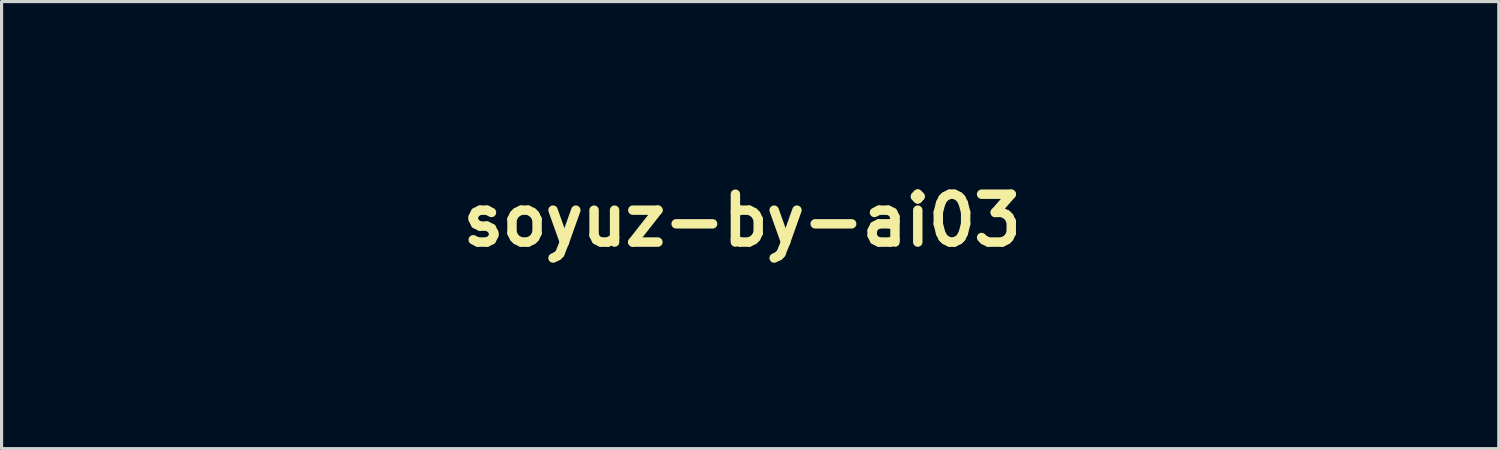
<source format=kicad_pcb>
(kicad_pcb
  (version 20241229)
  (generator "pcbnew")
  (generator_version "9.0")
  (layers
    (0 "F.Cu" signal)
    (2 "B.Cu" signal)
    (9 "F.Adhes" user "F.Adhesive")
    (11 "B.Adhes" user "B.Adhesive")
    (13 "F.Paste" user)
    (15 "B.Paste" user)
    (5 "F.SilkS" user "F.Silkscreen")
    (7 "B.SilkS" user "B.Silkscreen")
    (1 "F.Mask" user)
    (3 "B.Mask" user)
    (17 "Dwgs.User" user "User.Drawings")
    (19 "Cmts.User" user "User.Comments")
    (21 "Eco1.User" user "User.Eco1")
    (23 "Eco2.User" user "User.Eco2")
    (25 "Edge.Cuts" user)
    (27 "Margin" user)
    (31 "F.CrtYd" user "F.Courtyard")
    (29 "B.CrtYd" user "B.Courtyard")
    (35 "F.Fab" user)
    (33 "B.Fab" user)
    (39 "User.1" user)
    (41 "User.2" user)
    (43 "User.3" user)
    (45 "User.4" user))
  (footprint "soyuz-by-ai03"
    (layer "F.Cu")
    (at 20.579 3.967)
    (property "Reference" "soyuz-by-ai03" (at 0 0 0) (layer "F.SilkS") (effects (font (size 1.524 1.524) (thickness 0.3))))
    (attr through_hole)
    (fp_poly (pts (xy 14.841 -1.662) (xy 14.915 -1.559) (xy 14.919 -1.419) (xy 14.866 -1.299) (xy 14.762 -1.19) (xy 14.658 -1.181) (xy 14.583 -1.241) (xy 14.547 -1.337) (xy 14.537 -1.48) (xy 14.538 -1.508) (xy 14.556 -1.635) (xy 14.6 -1.689) (xy 14.694 -1.702) (xy 14.705 -1.702) (xy 14.841 -1.662)) (stroke (width 0.01) (type solid)) (fill yes) (layer "F.Mask"))
    (fp_poly (pts (xy 14.811 -0.593) (xy 14.858 -0.544) (xy 14.892 -0.449) (xy 14.914 -0.295) (xy 14.927 -0.072) (xy 14.934 0.23) (xy 14.935 0.622) (xy 14.935 0.648) (xy 14.933 1.019) (xy 14.926 1.335) (xy 14.914 1.584) (xy 14.9 1.754) (xy 14.883 1.832) (xy 14.799 1.904) (xy 14.679 1.932) (xy 14.575 1.907) (xy 14.563 1.897) (xy 14.553 1.838) (xy 14.545 1.693) (xy 14.538 1.475) (xy 14.532 1.198) (xy 14.529 0.878) (xy 14.529 0.653) (xy 14.529 -0.557) (xy 14.664 -0.591) (xy 14.746 -0.605) (xy 14.811 -0.593)) (stroke (width 0.01) (type solid)) (fill yes) (layer "F.Mask"))
    (fp_poly (pts (xy -16.51 -1.219) (xy -17.882 -1.219) (xy -17.882 -2.591) (xy -18.39 -2.591) (xy -18.603 -2.588) (xy -18.772 -2.579) (xy -18.876 -2.566) (xy -18.898 -2.556) (xy -18.877 -2.505) (xy -18.819 -2.369) (xy -18.726 -2.157) (xy -18.602 -1.878) (xy -18.451 -1.538) (xy -18.277 -1.148) (xy -18.083 -0.714) (xy -17.873 -0.245) (xy -17.678 0.187) (xy -16.459 2.896) (xy -16.459 4.216) (xy -20.574 4.216) (xy -20.574 1.473) (xy -19.202 1.473) (xy -19.202 2.845) (xy -18.088 2.845) (xy -18.182 2.629) (xy -18.221 2.542) (xy -18.298 2.373) (xy -18.409 2.13) (xy -18.549 1.822) (xy -18.714 1.46) (xy -18.901 1.053) (xy -19.104 0.609) (xy -19.319 0.139) (xy -19.425 -0.091) (xy -20.574 -2.596) (xy -20.574 -3.962) (xy -16.51 -3.962) (xy -16.51 -1.219)) (stroke (width 0.01) (type solid)) (fill yes) (layer "F.Mask"))
    (fp_poly (pts (xy 2.032 -2.606) (xy 0.833 -0.071) (xy 0.606 0.408) (xy 0.391 0.864) (xy 0.191 1.287) (xy 0.012 1.668) (xy -0.144 1.998) (xy -0.271 2.269) (xy -0.366 2.472) (xy -0.423 2.596) (xy -0.438 2.629) (xy -0.509 2.794) (xy 0.66 2.794) (xy 0.66 1.473) (xy 2.034 1.473) (xy 2.02 2.832) (xy 2.007 4.191) (xy -2.083 4.218) (xy -2.083 2.844) (xy -0.813 0.152) (xy -0.582 -0.336) (xy -0.366 -0.797) (xy -0.166 -1.222) (xy 0.013 -1.604) (xy 0.166 -1.933) (xy 0.292 -2.202) (xy 0.384 -2.402) (xy 0.441 -2.526) (xy 0.457 -2.565) (xy 0.41 -2.575) (xy 0.281 -2.583) (xy 0.09 -2.589) (xy -0.127 -2.591) (xy -0.711 -2.591) (xy -0.711 -1.219) (xy -2.083 -1.219) (xy -2.083 -3.962) (xy 2.032 -3.962) (xy 2.032 -2.606)) (stroke (width 0.01) (type solid)) (fill yes) (layer "F.Mask"))
    (fp_poly (pts (xy -7.225 -0.14) (xy -7.228 0.597) (xy -7.23 1.238) (xy -7.233 1.792) (xy -7.237 2.264) (xy -7.242 2.662) (xy -7.25 2.992) (xy -7.26 3.262) (xy -7.274 3.478) (xy -7.291 3.647) (xy -7.314 3.775) (xy -7.341 3.87) (xy -7.374 3.938) (xy -7.414 3.986) (xy -7.46 4.022) (xy -7.514 4.051) (xy -7.576 4.08) (xy -7.595 4.089) (xy -7.656 4.117) (xy -7.724 4.139) (xy -7.811 4.157) (xy -7.929 4.171) (xy -8.088 4.181) (xy -8.299 4.189) (xy -8.575 4.195) (xy -8.927 4.2) (xy -9.365 4.205) (xy -9.512 4.206) (xy -11.227 4.221) (xy -11.227 2.794) (xy -8.534 2.794) (xy -8.534 0.762) (xy -11.328 0.762) (xy -11.328 -3.962) (xy -9.906 -3.962) (xy -9.906 -0.559) (xy -8.585 -0.559) (xy -8.585 -3.962) (xy -7.898 -3.962) (xy -7.212 -3.962) (xy -7.225 -0.14)) (stroke (width 0.01) (type solid)) (fill yes) (layer "F.Mask"))
    (fp_poly (pts (xy -5.334 2.845) (xy -3.962 2.845) (xy -3.962 -3.962) (xy -2.642 -3.962) (xy -2.642 -0.083) (xy -2.642 0.636) (xy -2.642 1.261) (xy -2.642 1.798) (xy -2.644 2.254) (xy -2.646 2.637) (xy -2.649 2.952) (xy -2.652 3.208) (xy -2.658 3.411) (xy -2.665 3.567) (xy -2.673 3.685) (xy -2.683 3.77) (xy -2.696 3.831) (xy -2.71 3.873) (xy -2.727 3.903) (xy -2.747 3.93) (xy -2.748 3.931) (xy -2.812 4.009) (xy -2.877 4.071) (xy -2.954 4.119) (xy -3.056 4.155) (xy -3.193 4.181) (xy -3.377 4.198) (xy -3.619 4.208) (xy -3.932 4.212) (xy -4.327 4.213) (xy -4.658 4.212) (xy -5.043 4.21) (xy -5.397 4.207) (xy -5.707 4.202) (xy -5.959 4.196) (xy -6.141 4.19) (xy -6.238 4.183) (xy -6.248 4.181) (xy -6.38 4.099) (xy -6.52 3.963) (xy -6.629 3.81) (xy -6.634 3.8) (xy -6.648 3.76) (xy -6.66 3.691) (xy -6.67 3.587) (xy -6.679 3.441) (xy -6.686 3.248) (xy -6.692 2.999) (xy -6.696 2.69) (xy -6.7 2.312) (xy -6.703 1.861) (xy -6.704 1.328) (xy -6.705 0.709) (xy -6.706 -0.005) (xy -6.706 -0.15) (xy -6.706 -3.962) (xy -5.334 -3.962) (xy -5.334 2.845)) (stroke (width 0.01) (type solid)) (fill yes) (layer "F.Mask"))
    (fp_poly (pts (xy 9.717 -0.568) (xy 9.732 -0.543) (xy 9.719 -0.481) (xy 9.671 -0.339) (xy 9.592 -0.13) (xy 9.489 0.134) (xy 9.367 0.439) (xy 9.231 0.773) (xy 9.086 1.123) (xy 8.938 1.475) (xy 8.793 1.818) (xy 8.655 2.139) (xy 8.53 2.423) (xy 8.423 2.659) (xy 8.34 2.834) (xy 8.286 2.935) (xy 8.271 2.953) (xy 8.15 2.994) (xy 8.042 2.975) (xy 7.995 2.924) (xy 8.002 2.848) (xy 8.046 2.704) (xy 8.116 2.516) (xy 8.172 2.384) (xy 8.378 1.918) (xy 7.924 0.73) (xy 7.801 0.401) (xy 7.693 0.101) (xy 7.604 -0.157) (xy 7.54 -0.358) (xy 7.505 -0.489) (xy 7.5 -0.534) (xy 7.57 -0.598) (xy 7.68 -0.603) (xy 7.792 -0.552) (xy 7.844 -0.495) (xy 7.885 -0.411) (xy 7.953 -0.25) (xy 8.04 -0.028) (xy 8.14 0.236) (xy 8.228 0.478) (xy 8.33 0.757) (xy 8.421 1.004) (xy 8.495 1.203) (xy 8.548 1.337) (xy 8.57 1.388) (xy 8.597 1.359) (xy 8.655 1.249) (xy 8.736 1.07) (xy 8.836 0.837) (xy 8.948 0.562) (xy 8.967 0.512) (xy 9.085 0.219) (xy 9.195 -0.046) (xy 9.292 -0.267) (xy 9.367 -0.427) (xy 9.413 -0.51) (xy 9.416 -0.513) (xy 9.519 -0.587) (xy 9.633 -0.607) (xy 9.717 -0.568)) (stroke (width 0.01) (type solid)) (fill yes) (layer "F.Mask"))
    (fp_poly (pts (xy -13.994 -3.956) (xy -13.712 -3.953) (xy -12.412 -3.937) (xy -12.226 -3.795) (xy -12.162 -3.747) (xy -12.106 -3.704) (xy -12.059 -3.659) (xy -12.019 -3.604) (xy -11.985 -3.532) (xy -11.958 -3.435) (xy -11.936 -3.307) (xy -11.92 -3.14) (xy -11.907 -2.927) (xy -11.898 -2.661) (xy -11.892 -2.333) (xy -11.889 -1.938) (xy -11.887 -1.467) (xy -11.887 -0.914) (xy -11.887 -0.271) (xy -11.887 0.168) (xy -11.887 3.693) (xy -12.002 3.866) (xy -12.12 3.996) (xy -12.28 4.117) (xy -12.343 4.153) (xy -12.423 4.188) (xy -12.516 4.216) (xy -12.631 4.237) (xy -12.779 4.251) (xy -12.97 4.259) (xy -13.216 4.26) (xy -13.527 4.255) (xy -13.912 4.245) (xy -14.384 4.229) (xy -14.656 4.219) (xy -14.981 4.205) (xy -15.224 4.186) (xy -15.4 4.158) (xy -15.53 4.114) (xy -15.63 4.05) (xy -15.719 3.959) (xy -15.784 3.877) (xy -15.926 3.691) (xy -15.941 0.258) (xy -15.944 -0.539) (xy -15.945 -1.235) (xy -15.943 -1.831) (xy -15.94 -2.328) (xy -15.936 -2.591) (xy -14.58 -2.591) (xy -14.58 2.845) (xy -13.259 2.845) (xy -13.259 -2.591) (xy -14.58 -2.591) (xy -15.936 -2.591) (xy -15.935 -2.728) (xy -15.927 -3.031) (xy -15.917 -3.237) (xy -15.905 -3.349) (xy -15.903 -3.36) (xy -15.797 -3.565) (xy -15.621 -3.748) (xy -15.407 -3.883) (xy -15.231 -3.937) (xy -15.12 -3.945) (xy -14.924 -3.951) (xy -14.66 -3.955) (xy -14.345 -3.957) (xy -13.994 -3.956)) (stroke (width 0.01) (type solid)) (fill yes) (layer "F.Mask"))
    (fp_poly (pts (xy 21.023 -1.453) (xy 21.021 -1.389) (xy 20.995 -1.318) (xy 20.935 -1.228) (xy 20.83 -1.106) (xy 20.672 -0.938) (xy 20.465 -0.729) (xy 19.89 -0.152) (xy 20.067 -0.152) (xy 20.375 -0.112) (xy 20.649 -0.001) (xy 20.868 0.17) (xy 21.013 0.389) (xy 21.013 0.39) (xy 21.065 0.598) (xy 21.079 0.854) (xy 21.057 1.111) (xy 21.003 1.31) (xy 20.841 1.577) (xy 20.61 1.784) (xy 20.35 1.906) (xy 20.022 1.967) (xy 19.665 1.971) (xy 19.329 1.92) (xy 19.228 1.89) (xy 19.074 1.829) (xy 18.993 1.768) (xy 18.961 1.686) (xy 18.958 1.663) (xy 18.972 1.54) (xy 19.054 1.489) (xy 19.206 1.509) (xy 19.305 1.544) (xy 19.547 1.608) (xy 19.814 1.628) (xy 20.07 1.604) (xy 20.279 1.537) (xy 20.325 1.51) (xy 20.524 1.324) (xy 20.636 1.088) (xy 20.663 0.799) (xy 20.661 0.766) (xy 20.636 0.583) (xy 20.586 0.462) (xy 20.506 0.375) (xy 20.278 0.242) (xy 19.977 0.168) (xy 19.733 0.153) (xy 19.573 0.141) (xy 19.451 0.112) (xy 19.416 0.091) (xy 19.368 0.023) (xy 19.362 -0.057) (xy 19.406 -0.158) (xy 19.507 -0.291) (xy 19.671 -0.467) (xy 19.905 -0.697) (xy 19.926 -0.718) (xy 20.498 -1.266) (xy 19.784 -1.268) (xy 19.451 -1.273) (xy 19.208 -1.288) (xy 19.044 -1.315) (xy 18.947 -1.359) (xy 18.905 -1.421) (xy 18.905 -1.502) (xy 18.917 -1.535) (xy 18.945 -1.56) (xy 19.004 -1.577) (xy 19.105 -1.589) (xy 19.264 -1.596) (xy 19.491 -1.599) (xy 19.802 -1.6) (xy 19.965 -1.6) (xy 21.006 -1.6) (xy 21.023 -1.453)) (stroke (width 0.01) (type solid)) (fill yes) (layer "F.Mask"))
    (fp_poly (pts (xy 5.254 -1.716) (xy 5.311 -1.673) (xy 5.349 -1.585) (xy 5.372 -1.436) (xy 5.382 -1.213) (xy 5.385 -0.932) (xy 5.385 -0.259) (xy 5.512 -0.386) (xy 5.751 -0.559) (xy 6.022 -0.647) (xy 6.304 -0.653) (xy 6.578 -0.579) (xy 6.824 -0.428) (xy 7.022 -0.203) (xy 7.033 -0.185) (xy 7.108 -0.052) (xy 7.155 0.074) (xy 7.183 0.224) (xy 7.2 0.431) (xy 7.205 0.533) (xy 7.207 0.86) (xy 7.178 1.119) (xy 7.111 1.341) (xy 6.999 1.556) (xy 6.976 1.591) (xy 6.795 1.785) (xy 6.554 1.914) (xy 6.276 1.973) (xy 5.986 1.956) (xy 5.76 1.884) (xy 5.61 1.798) (xy 5.491 1.699) (xy 5.468 1.671) (xy 5.385 1.552) (xy 5.385 1.68) (xy 5.351 1.819) (xy 5.269 1.907) (xy 5.165 1.931) (xy 5.066 1.882) (xy 5.031 1.832) (xy 5.015 1.751) (xy 5.002 1.573) (xy 4.992 1.306) (xy 4.984 0.954) (xy 4.981 0.691) (xy 5.385 0.691) (xy 5.419 1.025) (xy 5.524 1.294) (xy 5.633 1.44) (xy 5.791 1.583) (xy 5.952 1.65) (xy 6.158 1.658) (xy 6.196 1.655) (xy 6.368 1.622) (xy 6.502 1.541) (xy 6.586 1.457) (xy 6.752 1.206) (xy 6.837 0.897) (xy 6.845 0.527) (xy 6.844 0.523) (xy 6.785 0.192) (xy 6.667 -0.063) (xy 6.495 -0.239) (xy 6.273 -0.33) (xy 6.047 -0.338) (xy 5.814 -0.267) (xy 5.625 -0.11) (xy 5.487 0.121) (xy 5.405 0.419) (xy 5.385 0.691) (xy 4.981 0.691) (xy 4.98 0.523) (xy 4.978 0.102) (xy 4.979 -0.38) (xy 4.982 -0.769) (xy 4.988 -1.076) (xy 4.999 -1.31) (xy 5.014 -1.481) (xy 5.037 -1.599) (xy 5.066 -1.672) (xy 5.104 -1.712) (xy 5.151 -1.726) (xy 5.173 -1.727) (xy 5.254 -1.716)) (stroke (width 0.01) (type solid)) (fill yes) (layer "F.Mask"))
    (fp_poly (pts (xy 12.902 -0.623) (xy 13.126 -0.585) (xy 13.291 -0.511) (xy 13.418 -0.393) (xy 13.493 -0.285) (xy 13.527 -0.215) (xy 13.554 -0.123) (xy 13.574 0.004) (xy 13.59 0.184) (xy 13.603 0.432) (xy 13.614 0.762) (xy 13.617 0.838) (xy 13.625 1.144) (xy 13.629 1.417) (xy 13.631 1.641) (xy 13.629 1.797) (xy 13.624 1.869) (xy 13.624 1.87) (xy 13.563 1.917) (xy 13.499 1.92) (xy 13.402 1.878) (xy 13.329 1.772) (xy 13.286 1.656) (xy 13.26 1.598) (xy 13.219 1.602) (xy 13.137 1.672) (xy 13.118 1.691) (xy 12.882 1.855) (xy 12.603 1.953) (xy 12.31 1.981) (xy 12.034 1.932) (xy 11.94 1.892) (xy 11.746 1.74) (xy 11.62 1.524) (xy 11.574 1.261) (xy 11.574 1.251) (xy 11.575 1.242) (xy 11.939 1.242) (xy 11.977 1.428) (xy 12.069 1.558) (xy 12.16 1.635) (xy 12.257 1.669) (xy 12.398 1.671) (xy 12.467 1.666) (xy 12.716 1.616) (xy 12.896 1.529) (xy 13.059 1.375) (xy 13.167 1.177) (xy 13.232 0.908) (xy 13.238 0.864) (xy 13.274 0.594) (xy 12.868 0.622) (xy 12.652 0.645) (xy 12.456 0.682) (xy 12.319 0.724) (xy 12.306 0.73) (xy 12.109 0.873) (xy 11.984 1.05) (xy 11.939 1.242) (xy 11.575 1.242) (xy 11.616 0.968) (xy 11.744 0.736) (xy 11.958 0.554) (xy 12.259 0.421) (xy 12.648 0.336) (xy 12.827 0.316) (xy 13.233 0.279) (xy 13.217 0.127) (xy 13.15 -0.095) (xy 13.011 -0.251) (xy 12.805 -0.338) (xy 12.539 -0.354) (xy 12.217 -0.296) (xy 12.162 -0.28) (xy 11.956 -0.223) (xy 11.828 -0.207) (xy 11.76 -0.233) (xy 11.736 -0.302) (xy 11.735 -0.333) (xy 11.778 -0.454) (xy 11.908 -0.543) (xy 12.13 -0.601) (xy 12.444 -0.629) (xy 12.598 -0.632) (xy 12.902 -0.623)) (stroke (width 0.01) (type solid)) (fill yes) (layer "F.Mask"))
    (fp_poly (pts (xy 17.352 -1.631) (xy 17.649 -1.497) (xy 17.893 -1.281) (xy 18.076 -0.987) (xy 18.142 -0.814) (xy 18.206 -0.526) (xy 18.244 -0.175) (xy 18.255 0.205) (xy 18.238 0.579) (xy 18.195 0.913) (xy 18.159 1.064) (xy 18.04 1.35) (xy 17.864 1.603) (xy 17.652 1.799) (xy 17.421 1.919) (xy 17.399 1.925) (xy 17.142 1.968) (xy 16.862 1.972) (xy 16.607 1.938) (xy 16.517 1.912) (xy 16.239 1.759) (xy 16.01 1.528) (xy 15.848 1.237) (xy 15.846 1.232) (xy 15.788 1.051) (xy 15.748 0.844) (xy 15.722 0.584) (xy 15.709 0.341) (xy 15.71 0.152) (xy 16.129 0.152) (xy 16.13 0.444) (xy 16.135 0.656) (xy 16.147 0.811) (xy 16.169 0.93) (xy 16.205 1.035) (xy 16.256 1.148) (xy 16.27 1.175) (xy 16.398 1.391) (xy 16.535 1.52) (xy 16.574 1.542) (xy 16.799 1.61) (xy 17.052 1.621) (xy 17.289 1.575) (xy 17.402 1.522) (xy 17.533 1.405) (xy 17.655 1.238) (xy 17.687 1.179) (xy 17.733 1.079) (xy 17.765 0.98) (xy 17.786 0.863) (xy 17.798 0.706) (xy 17.804 0.49) (xy 17.805 0.196) (xy 17.805 0.151) (xy 17.804 -0.152) (xy 17.8 -0.374) (xy 17.789 -0.535) (xy 17.77 -0.654) (xy 17.74 -0.752) (xy 17.697 -0.849) (xy 17.676 -0.889) (xy 17.517 -1.121) (xy 17.32 -1.264) (xy 17.071 -1.325) (xy 16.967 -1.329) (xy 16.71 -1.296) (xy 16.511 -1.196) (xy 16.35 -1.014) (xy 16.266 -0.864) (xy 16.212 -0.748) (xy 16.175 -0.644) (xy 16.15 -0.529) (xy 16.137 -0.382) (xy 16.131 -0.181) (xy 16.129 0.097) (xy 16.129 0.152) (xy 15.71 0.152) (xy 15.711 -0.189) (xy 15.765 -0.634) (xy 15.872 -0.996) (xy 16.034 -1.277) (xy 16.254 -1.482) (xy 16.533 -1.613) (xy 16.873 -1.672) (xy 17.007 -1.676) (xy 17.352 -1.631)) (stroke (width 0.01) (type solid)) (fill yes) (layer "F.Mask")))
  (gr_rect
    (start -3 -3)
    (end 44.663 11.232)
    (stroke (width 0.1) (type default))
    (fill no)
    (layer "Edge.Cuts")))
</source>
